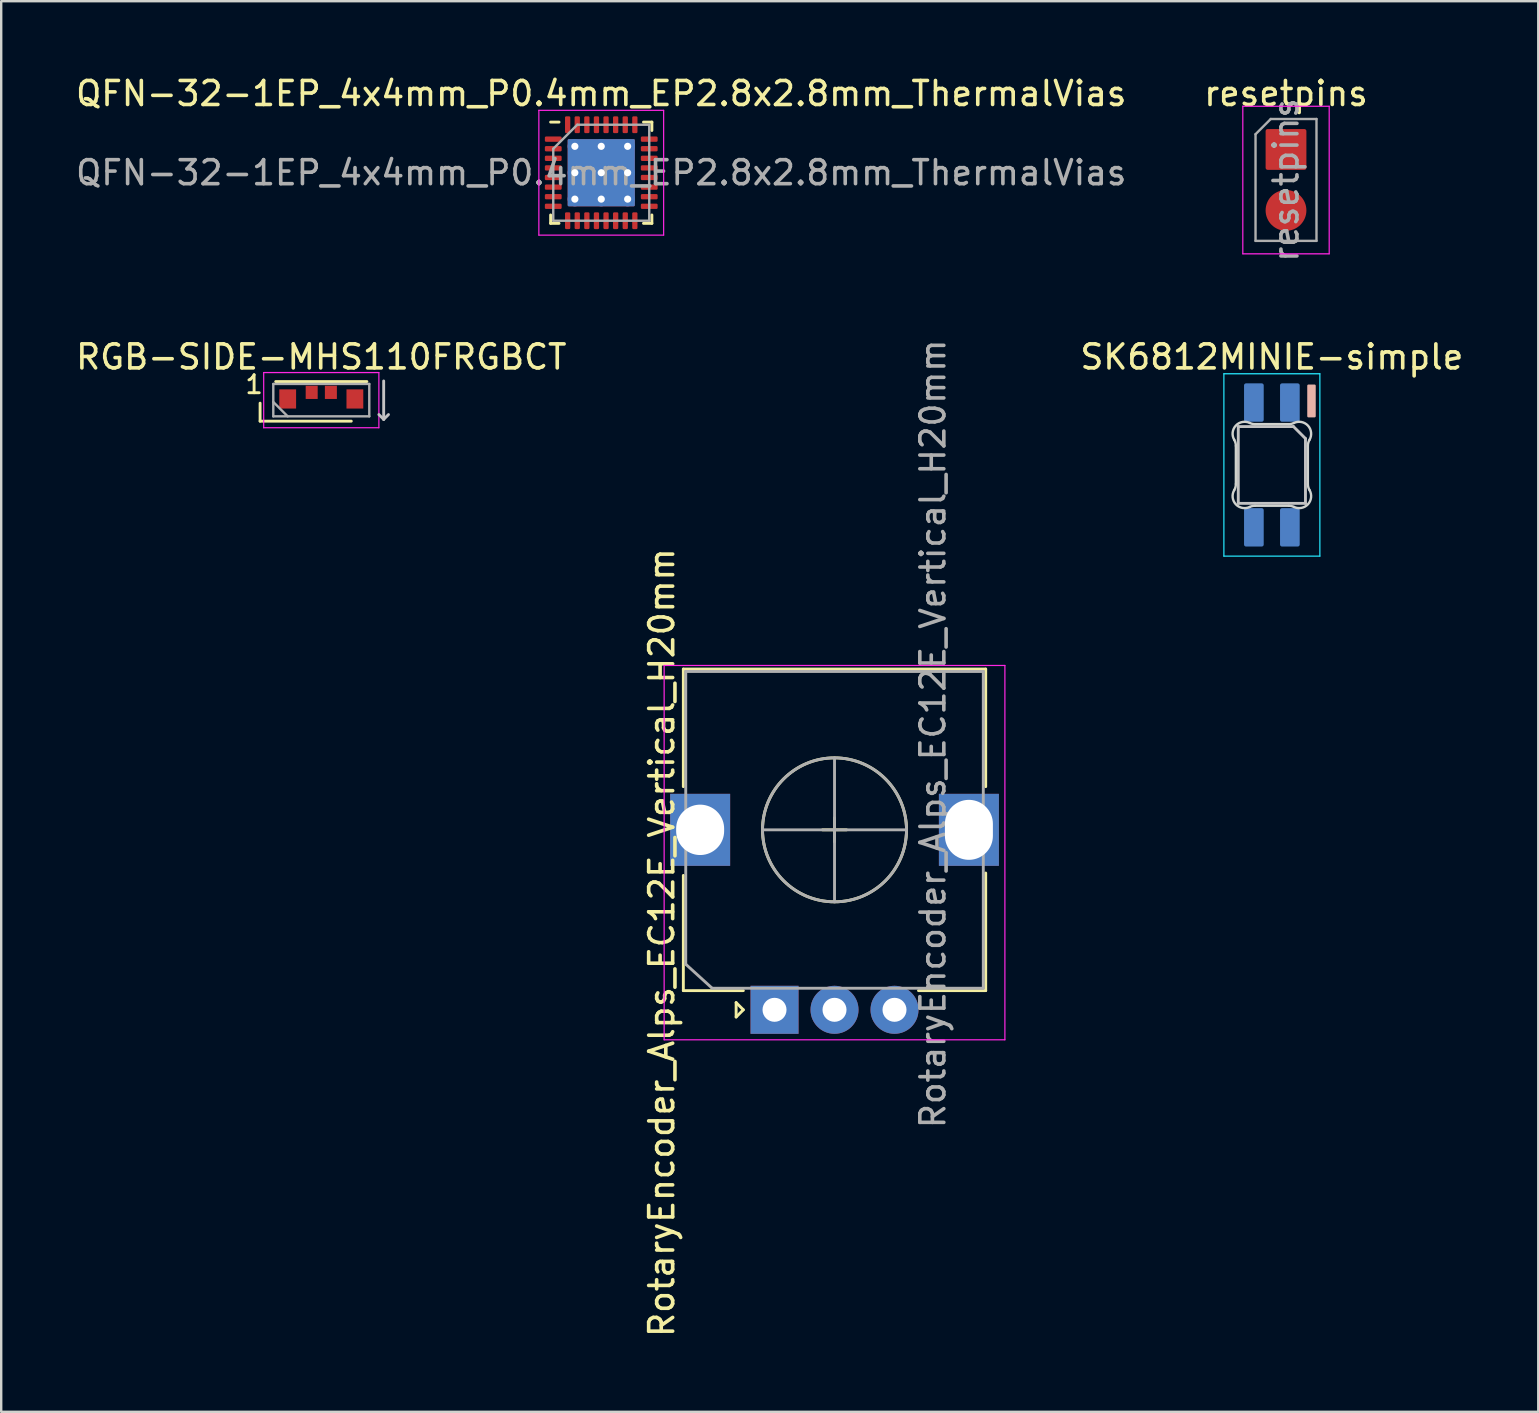
<source format=kicad_pcb>
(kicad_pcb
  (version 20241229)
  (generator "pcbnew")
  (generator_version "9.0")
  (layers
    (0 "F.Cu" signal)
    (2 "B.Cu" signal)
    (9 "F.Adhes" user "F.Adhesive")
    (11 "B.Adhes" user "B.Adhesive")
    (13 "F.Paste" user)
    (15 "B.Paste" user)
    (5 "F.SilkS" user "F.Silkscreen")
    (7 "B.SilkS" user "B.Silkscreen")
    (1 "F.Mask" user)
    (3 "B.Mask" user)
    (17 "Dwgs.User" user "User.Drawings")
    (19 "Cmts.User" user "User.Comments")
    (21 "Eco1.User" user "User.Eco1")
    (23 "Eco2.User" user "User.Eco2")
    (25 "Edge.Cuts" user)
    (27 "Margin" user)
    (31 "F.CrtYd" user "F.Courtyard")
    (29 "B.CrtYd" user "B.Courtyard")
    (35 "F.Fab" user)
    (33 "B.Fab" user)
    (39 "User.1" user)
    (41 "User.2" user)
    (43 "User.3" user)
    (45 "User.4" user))
  (footprint "RotaryEncoder_Alps_EC12E_Vertical_H20mm"
    (layer "F.Cu")
    (at 31.727 31.532)
    (property "Reference" "RotaryEncoder_Alps_EC12E_Vertical_H20mm" (at -7.2 4.7 90) (layer "F.SilkS") (effects (font (size 1 1) (thickness 0.15))))
    (attr through_hole)
    (fp_line (start -6.3 -6.7) (end 6.3 -6.7) (stroke (width 0.12) (type solid)) (layer "F.SilkS"))
    (fp_line (start -6.3 -1.8) (end -6.3 -6.7) (stroke (width 0.12) (type solid)) (layer "F.SilkS"))
    (fp_line (start -6.3 1.9) (end -6.3 6.7) (stroke (width 0.12) (type solid)) (layer "F.SilkS"))
    (fp_line (start -6.3 6.7) (end -3.8 6.7) (stroke (width 0.12) (type solid)) (layer "F.SilkS"))
    (fp_line (start -4.1 7.2) (end -3.8 7.5) (stroke (width 0.12) (type solid)) (layer "F.SilkS"))
    (fp_line (start -4.1 7.8) (end -4.1 7.2) (stroke (width 0.12) (type solid)) (layer "F.SilkS"))
    (fp_line (start -3.8 7.5) (end -4.1 7.8) (stroke (width 0.12) (type solid)) (layer "F.SilkS"))
    (fp_line (start -0.5 0) (end 0.5 0) (stroke (width 0.12) (type solid)) (layer "F.SilkS"))
    (fp_line (start 0 0.5) (end 0 -0.5) (stroke (width 0.12) (type solid)) (layer "F.SilkS"))
    (fp_line (start 6.3 -6.7) (end 6.3 -1.8) (stroke (width 0.12) (type solid)) (layer "F.SilkS"))
    (fp_line (start 6.3 1.8) (end 6.3 6.7) (stroke (width 0.12) (type solid)) (layer "F.SilkS"))
    (fp_line (start 6.3 6.7) (end 3.5 6.7) (stroke (width 0.12) (type solid)) (layer "F.SilkS"))
    (fp_circle (center 0 0) (end 0 -3) (stroke (width 0.12) (type solid)) (fill no) (layer "F.SilkS"))
    (fp_line (start -7.1 8.75) (end -7.1 -6.85) (stroke (width 0.05) (type solid)) (layer "F.CrtYd"))
    (fp_line (start -7.1 8.75) (end 7.1 8.75) (stroke (width 0.05) (type solid)) (layer "F.CrtYd"))
    (fp_line (start 7.1 -6.85) (end -7.1 -6.85) (stroke (width 0.05) (type solid)) (layer "F.CrtYd"))
    (fp_line (start 7.1 -6.85) (end 7.1 8.75) (stroke (width 0.05) (type solid)) (layer "F.CrtYd"))
    (fp_line (start -6.2 -6.6) (end 6.2 -6.6) (stroke (width 0.12) (type solid)) (layer "F.Fab"))
    (fp_line (start -6.2 5.6) (end -6.2 -6.6) (stroke (width 0.12) (type solid)) (layer "F.Fab"))
    (fp_line (start -5.1 6.6) (end -6.2 5.6) (stroke (width 0.12) (type solid)) (layer "F.Fab"))
    (fp_line (start -3 0) (end 3 0) (stroke (width 0.12) (type solid)) (layer "F.Fab"))
    (fp_line (start 0 3) (end 0 -3) (stroke (width 0.12) (type solid)) (layer "F.Fab"))
    (fp_line (start 6.2 -6.6) (end 6.2 6.6) (stroke (width 0.12) (type solid)) (layer "F.Fab"))
    (fp_line (start 6.2 6.6) (end -5.1 6.6) (stroke (width 0.12) (type solid)) (layer "F.Fab"))
    (fp_circle (center 0 0) (end 0 -3) (stroke (width 0.12) (type solid)) (fill no) (layer "F.Fab"))
    (fp_text user "${REFERENCE}" (at 4.1 -4 90) (layer "F.Fab") (effects (font (size 1 1) (thickness 0.15))))
    (pad "" thru_hole rect (at -5.6 0 90) (size 3 2.5) (drill oval 2.1 2) (layers "*.Cu" "*.Mask"))
    (pad "" thru_hole rect (at 5.6 0 90) (size 3 2.5) (drill oval 2.5 2) (layers "*.Cu" "*.Mask"))
    (pad "A" thru_hole rect (at -2.5 7.5 90) (size 2 2) (drill 1) (layers "*.Cu" "*.Mask"))
    (pad "B" thru_hole circle (at 2.5 7.5 90) (size 2 2) (drill 1) (layers "*.Cu" "*.Mask"))
    (pad "C" thru_hole circle (at 0 7.5 90) (size 2 2) (drill 1) (layers "*.Cu" "*.Mask")))
  (footprint "QFN-32-1EP_4x4mm_P0.4mm_EP2.8x2.8mm_ThermalVias"
    (layer "F.Cu")
    (at 22.006 4.148)
    (property "Reference" "QFN-32-1EP_4x4mm_P0.4mm_EP2.8x2.8mm_ThermalVias" (at 0 -3.3 0) (layer "F.SilkS") (effects (font (size 1 1) (thickness 0.15))))
    (attr smd)
    (fp_line (start -2.11 2.11) (end -2.11 1.76) (stroke (width 0.12) (type solid)) (layer "F.SilkS"))
    (fp_line (start -1.76 -2.11) (end -2.11 -2.11) (stroke (width 0.12) (type solid)) (layer "F.SilkS"))
    (fp_line (start -1.76 2.11) (end -2.11 2.11) (stroke (width 0.12) (type solid)) (layer "F.SilkS"))
    (fp_line (start 1.76 -2.11) (end 2.11 -2.11) (stroke (width 0.12) (type solid)) (layer "F.SilkS"))
    (fp_line (start 1.76 2.11) (end 2.11 2.11) (stroke (width 0.12) (type solid)) (layer "F.SilkS"))
    (fp_line (start 2.11 -2.11) (end 2.11 -1.76) (stroke (width 0.12) (type solid)) (layer "F.SilkS"))
    (fp_line (start 2.11 2.11) (end 2.11 1.76) (stroke (width 0.12) (type solid)) (layer "F.SilkS"))
    (fp_line (start -2.6 -2.6) (end -2.6 2.6) (stroke (width 0.05) (type solid)) (layer "F.CrtYd"))
    (fp_line (start -2.6 2.6) (end 2.6 2.6) (stroke (width 0.05) (type solid)) (layer "F.CrtYd"))
    (fp_line (start 2.6 -2.6) (end -2.6 -2.6) (stroke (width 0.05) (type solid)) (layer "F.CrtYd"))
    (fp_line (start 2.6 2.6) (end 2.6 -2.6) (stroke (width 0.05) (type solid)) (layer "F.CrtYd"))
    (fp_line (start -2 -1) (end -1 -2) (stroke (width 0.1) (type solid)) (layer "F.Fab"))
    (fp_line (start -2 2) (end -2 -1) (stroke (width 0.1) (type solid)) (layer "F.Fab"))
    (fp_line (start -1 -2) (end 2 -2) (stroke (width 0.1) (type solid)) (layer "F.Fab"))
    (fp_line (start 2 -2) (end 2 2) (stroke (width 0.1) (type solid)) (layer "F.Fab"))
    (fp_line (start 2 2) (end -2 2) (stroke (width 0.1) (type solid)) (layer "F.Fab"))
    (fp_text user "${REFERENCE}" (at 0 0 0) (layer "F.Fab") (effects (font (size 1 1) (thickness 0.15))))
    (pad "" smd roundrect (at -0.725 -0.725) (size 1.26 1.26) (layers "F.Paste") (roundrect_rratio 0.198))
    (pad "" smd roundrect (at -0.725 0.725) (size 1.26 1.26) (layers "F.Paste") (roundrect_rratio 0.198))
    (pad "" smd roundrect (at 0.725 -0.725) (size 1.26 1.26) (layers "F.Paste") (roundrect_rratio 0.198))
    (pad "" smd roundrect (at 0.725 0.725) (size 1.26 1.26) (layers "F.Paste") (roundrect_rratio 0.198))
    (pad "1" smd roundrect (at -2 -1.4 270) (size 0.22 0.7) (layers "F.Cu" "F.Mask" "F.Paste") (roundrect_rratio 0.227))
    (pad "2" smd roundrect (at -2 -1 270) (size 0.22 0.7) (layers "F.Cu" "F.Mask" "F.Paste") (roundrect_rratio 0.227))
    (pad "3" smd roundrect (at -2 -0.6 270) (size 0.22 0.7) (layers "F.Cu" "F.Mask" "F.Paste") (roundrect_rratio 0.227))
    (pad "4" smd roundrect (at -2 -0.2 270) (size 0.22 0.7) (layers "F.Cu" "F.Mask" "F.Paste") (roundrect_rratio 0.227))
    (pad "5" smd roundrect (at -2 0.2 270) (size 0.22 0.7) (layers "F.Cu" "F.Mask" "F.Paste") (roundrect_rratio 0.227))
    (pad "6" smd roundrect (at -2 0.6 270) (size 0.22 0.7) (layers "F.Cu" "F.Mask" "F.Paste") (roundrect_rratio 0.227))
    (pad "7" smd roundrect (at -2 1 270) (size 0.22 0.7) (layers "F.Cu" "F.Mask" "F.Paste") (roundrect_rratio 0.227))
    (pad "8" smd roundrect (at -2 1.4 270) (size 0.22 0.7) (layers "F.Cu" "F.Mask" "F.Paste") (roundrect_rratio 0.227))
    (pad "9" smd roundrect (at -1.4 2) (size 0.22 0.7) (layers "F.Cu" "F.Mask" "F.Paste") (roundrect_rratio 0.227))
    (pad "10" smd roundrect (at -1 2) (size 0.22 0.7) (layers "F.Cu" "F.Mask" "F.Paste") (roundrect_rratio 0.227))
    (pad "11" smd roundrect (at -0.6 2) (size 0.22 0.7) (layers "F.Cu" "F.Mask" "F.Paste") (roundrect_rratio 0.227))
    (pad "12" smd roundrect (at -0.2 2) (size 0.22 0.7) (layers "F.Cu" "F.Mask" "F.Paste") (roundrect_rratio 0.227))
    (pad "13" smd roundrect (at 0.2 2) (size 0.22 0.7) (layers "F.Cu" "F.Mask" "F.Paste") (roundrect_rratio 0.227))
    (pad "14" smd roundrect (at 0.6 2) (size 0.22 0.7) (layers "F.Cu" "F.Mask" "F.Paste") (roundrect_rratio 0.227))
    (pad "15" smd roundrect (at 1 2) (size 0.22 0.7) (layers "F.Cu" "F.Mask" "F.Paste") (roundrect_rratio 0.227))
    (pad "16" smd roundrect (at 1.4 2) (size 0.22 0.7) (layers "F.Cu" "F.Mask" "F.Paste") (roundrect_rratio 0.227))
    (pad "17" smd roundrect (at 2 1.4 270) (size 0.22 0.7) (layers "F.Cu" "F.Mask" "F.Paste") (roundrect_rratio 0.227))
    (pad "18" smd roundrect (at 2 1 270) (size 0.22 0.7) (layers "F.Cu" "F.Mask" "F.Paste") (roundrect_rratio 0.227))
    (pad "19" smd roundrect (at 2 0.6 270) (size 0.22 0.7) (layers "F.Cu" "F.Mask" "F.Paste") (roundrect_rratio 0.227))
    (pad "20" smd roundrect (at 2 0.2 270) (size 0.22 0.7) (layers "F.Cu" "F.Mask" "F.Paste") (roundrect_rratio 0.227))
    (pad "21" smd roundrect (at 2 -0.2 270) (size 0.22 0.7) (layers "F.Cu" "F.Mask" "F.Paste") (roundrect_rratio 0.227))
    (pad "22" smd roundrect (at 2 -0.6 270) (size 0.22 0.7) (layers "F.Cu" "F.Mask" "F.Paste") (roundrect_rratio 0.227))
    (pad "23" smd roundrect (at 2 -1 270) (size 0.22 0.7) (layers "F.Cu" "F.Mask" "F.Paste") (roundrect_rratio 0.227))
    (pad "24" smd roundrect (at 2 -1.4 270) (size 0.22 0.7) (layers "F.Cu" "F.Mask" "F.Paste") (roundrect_rratio 0.227))
    (pad "25" smd roundrect (at 1.4 -2) (size 0.22 0.7) (layers "F.Cu" "F.Mask" "F.Paste") (roundrect_rratio 0.227))
    (pad "26" smd roundrect (at 1 -2) (size 0.22 0.7) (layers "F.Cu" "F.Mask" "F.Paste") (roundrect_rratio 0.227))
    (pad "27" smd roundrect (at 0.6 -2) (size 0.22 0.7) (layers "F.Cu" "F.Mask" "F.Paste") (roundrect_rratio 0.227))
    (pad "28" smd roundrect (at 0.2 -2) (size 0.22 0.7) (layers "F.Cu" "F.Mask" "F.Paste") (roundrect_rratio 0.227))
    (pad "29" smd roundrect (at -0.2 -2) (size 0.22 0.7) (layers "F.Cu" "F.Mask" "F.Paste") (roundrect_rratio 0.227))
    (pad "30" smd roundrect (at -0.6 -2) (size 0.22 0.7) (layers "F.Cu" "F.Mask" "F.Paste") (roundrect_rratio 0.227))
    (pad "31" smd roundrect (at -1 -2) (size 0.22 0.7) (layers "F.Cu" "F.Mask" "F.Paste") (roundrect_rratio 0.227))
    (pad "32" smd roundrect (at -1.4 -2) (size 0.22 0.7) (layers "F.Cu" "F.Mask" "F.Paste") (roundrect_rratio 0.227))
    (pad "33" thru_hole circle (at -1.1 -1.1) (size 0.6 0.6) (drill 0.3) (layers "*.Cu"))
    (pad "33" thru_hole circle (at -1.1 0) (size 0.6 0.6) (drill 0.3) (layers "*.Cu"))
    (pad "33" thru_hole circle (at -1.1 1.1) (size 0.6 0.6) (drill 0.3) (layers "*.Cu"))
    (pad "33" thru_hole circle (at 0 -1.1) (size 0.6 0.6) (drill 0.3) (layers "*.Cu"))
    (pad "33" thru_hole circle (at 0 0) (size 0.6 0.6) (drill 0.3) (layers "*.Cu"))
    (pad "33" smd roundrect (at 0 0) (size 2.8 2.8) (layers "F.Cu" "F.Mask") (roundrect_rratio 0.018))
    (pad "33" thru_hole circle (at 0 1.1) (size 0.6 0.6) (drill 0.3) (layers "*.Cu"))
    (pad "33" thru_hole circle (at 1.1 -1.1) (size 0.6 0.6) (drill 0.3) (layers "*.Cu"))
    (pad "33" thru_hole circle (at 1.1 0) (size 0.6 0.6) (drill 0.3) (layers "*.Cu"))
    (pad "33" thru_hole circle (at 1.1 1.1) (size 0.6 0.6) (drill 0.3) (layers "*.Cu"))
    (pad "34" smd roundrect (at 0 0) (size 2.8 2.8) (layers "B.Cu") (roundrect_rratio 0.018)))
  (footprint "resetpins"
    (layer "F.Cu")
    (at 50.542 4.448)
    (property "Reference" "resetpins" (at 0 -3.6 0) (layer "F.SilkS") (effects (font (size 1 1) (thickness 0.15))))
    (attr through_hole)
    (fp_line (start -1.8 -3.07) (end -1.8 3.08) (stroke (width 0.05) (type solid)) (layer "F.CrtYd"))
    (fp_line (start -1.8 3.08) (end 1.8 3.08) (stroke (width 0.05) (type solid)) (layer "F.CrtYd"))
    (fp_line (start 1.8 -3.07) (end -1.8 -3.07) (stroke (width 0.05) (type solid)) (layer "F.CrtYd"))
    (fp_line (start 1.8 3.08) (end 1.8 -3.07) (stroke (width 0.05) (type solid)) (layer "F.CrtYd"))
    (fp_line (start -1.27 -1.905) (end -0.635 -2.54) (stroke (width 0.1) (type solid)) (layer "F.Fab"))
    (fp_line (start -1.27 2.54) (end -1.27 -1.905) (stroke (width 0.1) (type solid)) (layer "F.Fab"))
    (fp_line (start -0.635 -2.54) (end 1.27 -2.54) (stroke (width 0.1) (type solid)) (layer "F.Fab"))
    (fp_line (start 1.27 -2.54) (end 1.27 2.54) (stroke (width 0.1) (type solid)) (layer "F.Fab"))
    (fp_line (start 1.27 2.54) (end -1.27 2.54) (stroke (width 0.1) (type solid)) (layer "F.Fab"))
    (fp_text user "${REFERENCE}" (at 0 0 90) (layer "F.Fab") (effects (font (size 1 1) (thickness 0.15))))
    (pad "1" smd roundrect (at 0 -1.27) (size 1.7 1.7) (layers "F.Cu" "F.Mask" "F.Paste") (roundrect_rratio 0.05))
    (pad "2" smd oval (at 0 1.27) (size 1.7 1.7) (layers "F.Cu" "F.Mask" "F.Paste")))
  (footprint "RGB-SIDE-MHS110FRGBCT"
    (layer "F.Cu")
    (at 10.339 13.626)
    (property "Reference" "RGB-SIDE-MHS110FRGBCT" (at 0 -1.8 0) (layer "F.SilkS") (effects (font (size 1 1) (thickness 0.15))))
    (attr smd)
    (fp_line (start -2.55 0.875) (end -2.55 0.125) (stroke (width 0.12) (type solid)) (layer "F.SilkS"))
    (fp_line (start -2.55 0.875) (end 1.25 0.875) (stroke (width 0.12) (type solid)) (layer "F.SilkS"))
    (fp_line (start -1.9 -0.775) (end 1.9 -0.775) (stroke (width 0.12) (type solid)) (layer "F.SilkS"))
    (fp_line (start 2.6 -0.8) (end 2.6 0.8) (stroke (width 0.12) (type solid)) (layer "Dwgs.User"))
    (fp_line (start 2.6 0.8) (end 2.4 0.6) (stroke (width 0.12) (type solid)) (layer "Dwgs.User"))
    (fp_line (start 2.6 0.8) (end 2.8 0.6) (stroke (width 0.12) (type solid)) (layer "Dwgs.User"))
    (fp_line (start -2.4 -1.15) (end -2.4 1.15) (stroke (width 0.05) (type solid)) (layer "F.CrtYd"))
    (fp_line (start -2.4 1.15) (end 2.4 1.15) (stroke (width 0.05) (type solid)) (layer "F.CrtYd"))
    (fp_line (start 2.4 -1.15) (end -2.4 -1.15) (stroke (width 0.05) (type solid)) (layer "F.CrtYd"))
    (fp_line (start 2.4 1.15) (end 2.4 -1.15) (stroke (width 0.05) (type solid)) (layer "F.CrtYd"))
    (fp_line (start -2 -0.675) (end -2 0.675) (stroke (width 0.1) (type solid)) (layer "F.Fab"))
    (fp_line (start -2 0.075) (end -1.4 0.675) (stroke (width 0.1) (type solid)) (layer "F.Fab"))
    (fp_line (start -2 0.675) (end 2 0.675) (stroke (width 0.1) (type solid)) (layer "F.Fab"))
    (fp_line (start 2 -0.675) (end -2 -0.675) (stroke (width 0.1) (type solid)) (layer "F.Fab"))
    (fp_line (start 2 0.675) (end 2 -0.675) (stroke (width 0.1) (type solid)) (layer "F.Fab"))
    (fp_text user "1" (at -2.8 -0.65 0) (layer "F.SilkS") (effects (font (size 0.75 0.75) (thickness 0.12))))
    (pad "1" smd rect (at -1.4 -0.05 180) (size 0.7 0.8) (layers "F.Cu" "F.Mask" "F.Paste"))
    (pad "2" smd rect (at -0.4 -0.325) (size 0.5 0.55) (layers "F.Cu" "F.Mask" "F.Paste"))
    (pad "3" smd rect (at 0.4 -0.325) (size 0.5 0.55) (layers "F.Cu" "F.Mask" "F.Paste"))
    (pad "4" smd rect (at 1.4 -0.05) (size 0.7 0.8) (layers "F.Cu" "F.Mask" "F.Paste")))
  (footprint "SK6812MINIE-simple"
    (layer "F.Cu")
    (at 49.953 16.326)
    (property "Reference" "SK6812MINIE-simple" (at 0 -4.5 180) (layer "F.SilkS") (effects (font (size 1 1) (thickness 0.15))))
    (attr smd)
    (fp_poly (pts (xy 1.524 -2.032) (xy 1.524 -3.302) (xy 1.778 -3.302) (xy 1.778 -2.032)) (stroke (width 0.1) (type solid)) (fill yes) (layer "B.SilkS"))
    (fp_line (start -1.4 -1.6) (end -1.4 1.6) (stroke (width 0.12) (type solid)) (layer "Dwgs.User"))
    (fp_line (start -1.4 1.6) (end 1.4 1.6) (stroke (width 0.12) (type solid)) (layer "Dwgs.User"))
    (fp_line (start 0.9 -1.6) (end -1.4 -1.6) (stroke (width 0.12) (type solid)) (layer "Dwgs.User"))
    (fp_line (start 0.9 -1.6) (end 1.4 -1.1) (stroke (width 0.12) (type solid)) (layer "Dwgs.User"))
    (fp_line (start 1.4 1.6) (end 1.4 -1.1) (stroke (width 0.12) (type solid)) (layer "Dwgs.User"))
    (fp_line (start -1.5 0.794) (end -1.5 -0.794) (stroke (width 0.1) (type solid)) (layer "Edge.Cuts"))
    (fp_line (start -0.703 -1.7) (end 0.703 -1.7) (stroke (width 0.1) (type solid)) (layer "Edge.Cuts"))
    (fp_line (start 0.703 1.7) (end -0.703 1.7) (stroke (width 0.1) (type solid)) (layer "Edge.Cuts"))
    (fp_line (start 1.5 -0.794) (end 1.5 0.794) (stroke (width 0.1) (type solid)) (layer "Edge.Cuts"))
    (fp_arc (start -1.568298 -1.046711) (mid -1.517376 -0.925123) (end -1.499999 -0.794453) (stroke (width 0.1) (type solid)) (layer "Edge.Cuts"))
    (fp_arc (start -1.568298 -1.046711) (mid -1.504034 -1.638071) (end -0.91972 -1.749484) (stroke (width 0.1) (type solid)) (layer "Edge.Cuts"))
    (fp_arc (start -1.5 0.794453) (mid -1.517377 0.925123) (end -1.568299 1.046711) (stroke (width 0.1) (type solid)) (layer "Edge.Cuts"))
    (fp_arc (start -0.91972 1.749484) (mid -1.504035 1.638071) (end -1.568299 1.046711) (stroke (width 0.1) (type solid)) (layer "Edge.Cuts"))
    (fp_arc (start -0.91972 1.749484) (mid -0.814068 1.712527) (end -0.702842 1.699999) (stroke (width 0.1) (type solid)) (layer "Edge.Cuts"))
    (fp_arc (start -0.702843 -1.699999) (mid -0.814068 -1.712527) (end -0.91972 -1.749484) (stroke (width 0.1) (type solid)) (layer "Edge.Cuts"))
    (fp_arc (start 0.702843 1.699999) (mid 0.814068 1.712527) (end 0.91972 1.749484) (stroke (width 0.1) (type solid)) (layer "Edge.Cuts"))
    (fp_arc (start 0.919719 -1.749484) (mid 1.504035 -1.638072) (end 1.568299 -1.046711) (stroke (width 0.1) (type solid)) (layer "Edge.Cuts"))
    (fp_arc (start 0.919719 -1.749483) (mid 0.814067 -1.712527) (end 0.702842 -1.699999) (stroke (width 0.1) (type solid)) (layer "Edge.Cuts"))
    (fp_arc (start 1.5 -0.794452) (mid 1.517377 -0.925123) (end 1.568299 -1.046711) (stroke (width 0.1) (type solid)) (layer "Edge.Cuts"))
    (fp_arc (start 1.568297 1.046711) (mid 1.504034 1.63807) (end 0.91972 1.749484) (stroke (width 0.1) (type solid)) (layer "Edge.Cuts"))
    (fp_arc (start 1.568299 1.04671) (mid 1.517377 0.925122) (end 1.5 0.794452) (stroke (width 0.1) (type solid)) (layer "Edge.Cuts"))
    (fp_line (start -2 -3.8) (end -2 3.8) (stroke (width 0.05) (type solid)) (layer "B.CrtYd"))
    (fp_line (start -2 3.8) (end 2 3.8) (stroke (width 0.05) (type solid)) (layer "B.CrtYd"))
    (fp_line (start 2 -3.8) (end -2 -3.8) (stroke (width 0.05) (type solid)) (layer "B.CrtYd"))
    (fp_line (start 2 3.8) (end 2 -3.8) (stroke (width 0.05) (type solid)) (layer "B.CrtYd"))
    (pad "1" smd roundrect (at -0.75 2.6) (size 0.82 1.6) (layers "B.Cu" "B.Mask" "B.Paste") (roundrect_rratio 0.1))
    (pad "2" smd roundrect (at 0.75 2.6) (size 0.82 1.6) (layers "B.Cu" "B.Mask" "B.Paste") (roundrect_rratio 0.1))
    (pad "3" smd roundrect (at 0.75 -2.6) (size 0.82 1.6) (layers "B.Cu" "B.Mask" "B.Paste") (roundrect_rratio 0.1))
    (pad "4" smd roundrect (at -0.75 -2.6) (size 0.82 1.6) (layers "B.Cu" "B.Mask" "B.Paste") (roundrect_rratio 0.1)))
  (gr_rect
    (start -3 -3)
    (end 61.054 55.785)
    (stroke (width 0.1) (type default))
    (fill no)
    (layer "Edge.Cuts")))
</source>
